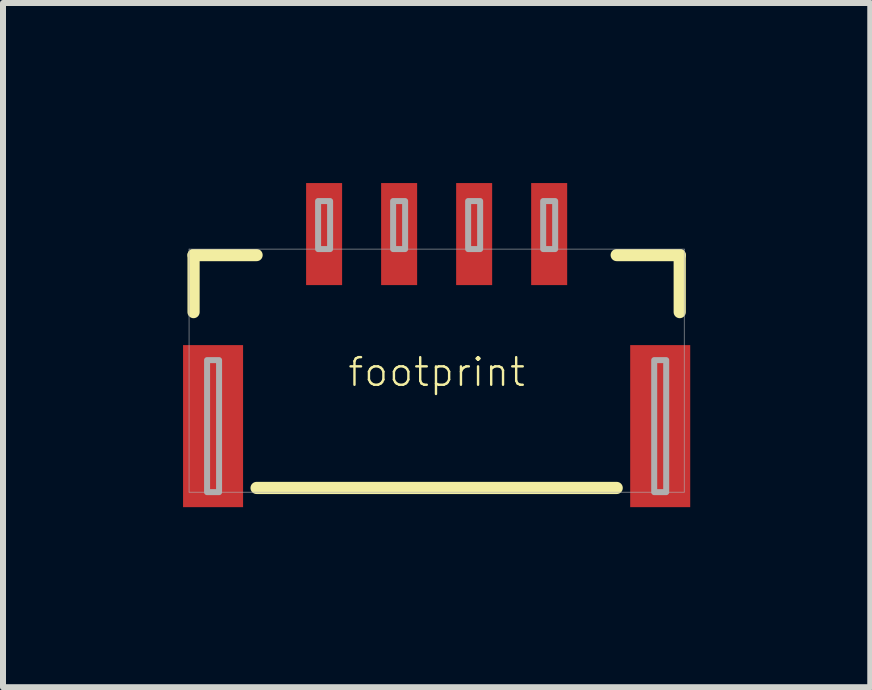
<source format=kicad_pcb>
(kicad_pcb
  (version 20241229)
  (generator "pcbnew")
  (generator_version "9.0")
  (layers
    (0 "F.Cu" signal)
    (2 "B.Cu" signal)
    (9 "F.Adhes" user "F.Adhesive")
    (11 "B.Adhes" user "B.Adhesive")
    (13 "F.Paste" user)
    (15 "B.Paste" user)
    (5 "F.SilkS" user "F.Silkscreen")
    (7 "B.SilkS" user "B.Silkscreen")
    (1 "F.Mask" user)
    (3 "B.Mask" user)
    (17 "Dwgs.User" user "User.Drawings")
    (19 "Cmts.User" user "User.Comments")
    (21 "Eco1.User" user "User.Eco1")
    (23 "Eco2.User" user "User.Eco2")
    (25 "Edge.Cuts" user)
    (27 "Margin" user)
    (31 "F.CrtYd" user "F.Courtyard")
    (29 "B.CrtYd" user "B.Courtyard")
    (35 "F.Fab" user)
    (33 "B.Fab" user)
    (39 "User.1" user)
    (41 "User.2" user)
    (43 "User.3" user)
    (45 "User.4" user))
  (footprint "footprint"
    (layer "F.Cu")
    (at 4.225 4.15)
    (property "Reference" "footprint" (at 0 -1 0) (layer "F.SilkS") (effects (font (size 0.46 0.46) (thickness 0.04))))
    (fp_line (start -4.05 -2.95) (end -3 -2.95) (stroke (width 0.203) (type solid)) (layer "F.SilkS"))
    (fp_line (start -4.05 -2) (end -4.05 -2.95) (stroke (width 0.203) (type solid)) (layer "F.SilkS"))
    (fp_line (start -3 0.93) (end 3 0.93) (stroke (width 0.203) (type solid)) (layer "F.SilkS"))
    (fp_line (start 3 -2.95) (end 4.05 -2.95) (stroke (width 0.203) (type solid)) (layer "F.SilkS"))
    (fp_line (start 4.05 -2) (end 4.05 -2.95) (stroke (width 0.203) (type solid)) (layer "F.SilkS"))
    (fp_line (start -4.125 -3.05) (end 4.125 -3.05) (stroke (width 0.01) (type solid)) (layer "F.Fab"))
    (fp_line (start -4.125 1) (end -4.125 -3.05) (stroke (width 0.01) (type solid)) (layer "F.Fab"))
    (fp_line (start 4.125 -3.05) (end 4.125 1) (stroke (width 0.01) (type solid)) (layer "F.Fab"))
    (fp_line (start 4.125 1) (end -4.125 1) (stroke (width 0.01) (type solid)) (layer "F.Fab"))
    (fp_poly (pts (xy -3.825 1) (xy -3.625 1) (xy -3.625 -1.2) (xy -3.825 -1.2)) (stroke (width 0.1) (type solid)) (fill no) (layer "F.Fab"))
    (fp_poly (pts (xy -1.975 -3.05) (xy -1.775 -3.05) (xy -1.775 -3.85) (xy -1.975 -3.85)) (stroke (width 0.1) (type solid)) (fill no) (layer "F.Fab"))
    (fp_poly (pts (xy -0.725 -3.05) (xy -0.525 -3.05) (xy -0.525 -3.85) (xy -0.725 -3.85)) (stroke (width 0.1) (type solid)) (fill no) (layer "F.Fab"))
    (fp_poly (pts (xy 0.525 -3.05) (xy 0.725 -3.05) (xy 0.725 -3.85) (xy 0.525 -3.85)) (stroke (width 0.1) (type solid)) (fill no) (layer "F.Fab"))
    (fp_poly (pts (xy 1.775 -3.05) (xy 1.975 -3.05) (xy 1.975 -3.85) (xy 1.775 -3.85)) (stroke (width 0.1) (type solid)) (fill no) (layer "F.Fab"))
    (fp_poly (pts (xy 3.625 1) (xy 3.825 1) (xy 3.825 -1.2) (xy 3.625 -1.2)) (stroke (width 0.1) (type solid)) (fill no) (layer "F.Fab"))
    (pad "1" smd rect (at -1.875 -3.3 180) (size 0.6 1.7) (layers "F.Cu" "F.Mask" "F.Paste"))
    (pad "2" smd rect (at -0.625 -3.3 180) (size 0.6 1.7) (layers "F.Cu" "F.Mask" "F.Paste"))
    (pad "3" smd rect (at 0.625 -3.3 180) (size 0.6 1.7) (layers "F.Cu" "F.Mask" "F.Paste"))
    (pad "4" smd rect (at 1.875 -3.3 180) (size 0.6 1.7) (layers "F.Cu" "F.Mask" "F.Paste"))
    (pad "NC1" smd rect (at 3.725 -0.1 270) (size 2.7 1) (layers "F.Cu" "F.Mask" "F.Paste"))
    (pad "NC2" smd rect (at -3.725 -0.1 270) (size 2.7 1) (layers "F.Cu" "F.Mask" "F.Paste")))
  (gr_rect
    (start -3 -3)
    (end 11.45 8.4)
    (stroke (width 0.1) (type default))
    (fill no)
    (layer "Edge.Cuts")))
</source>
